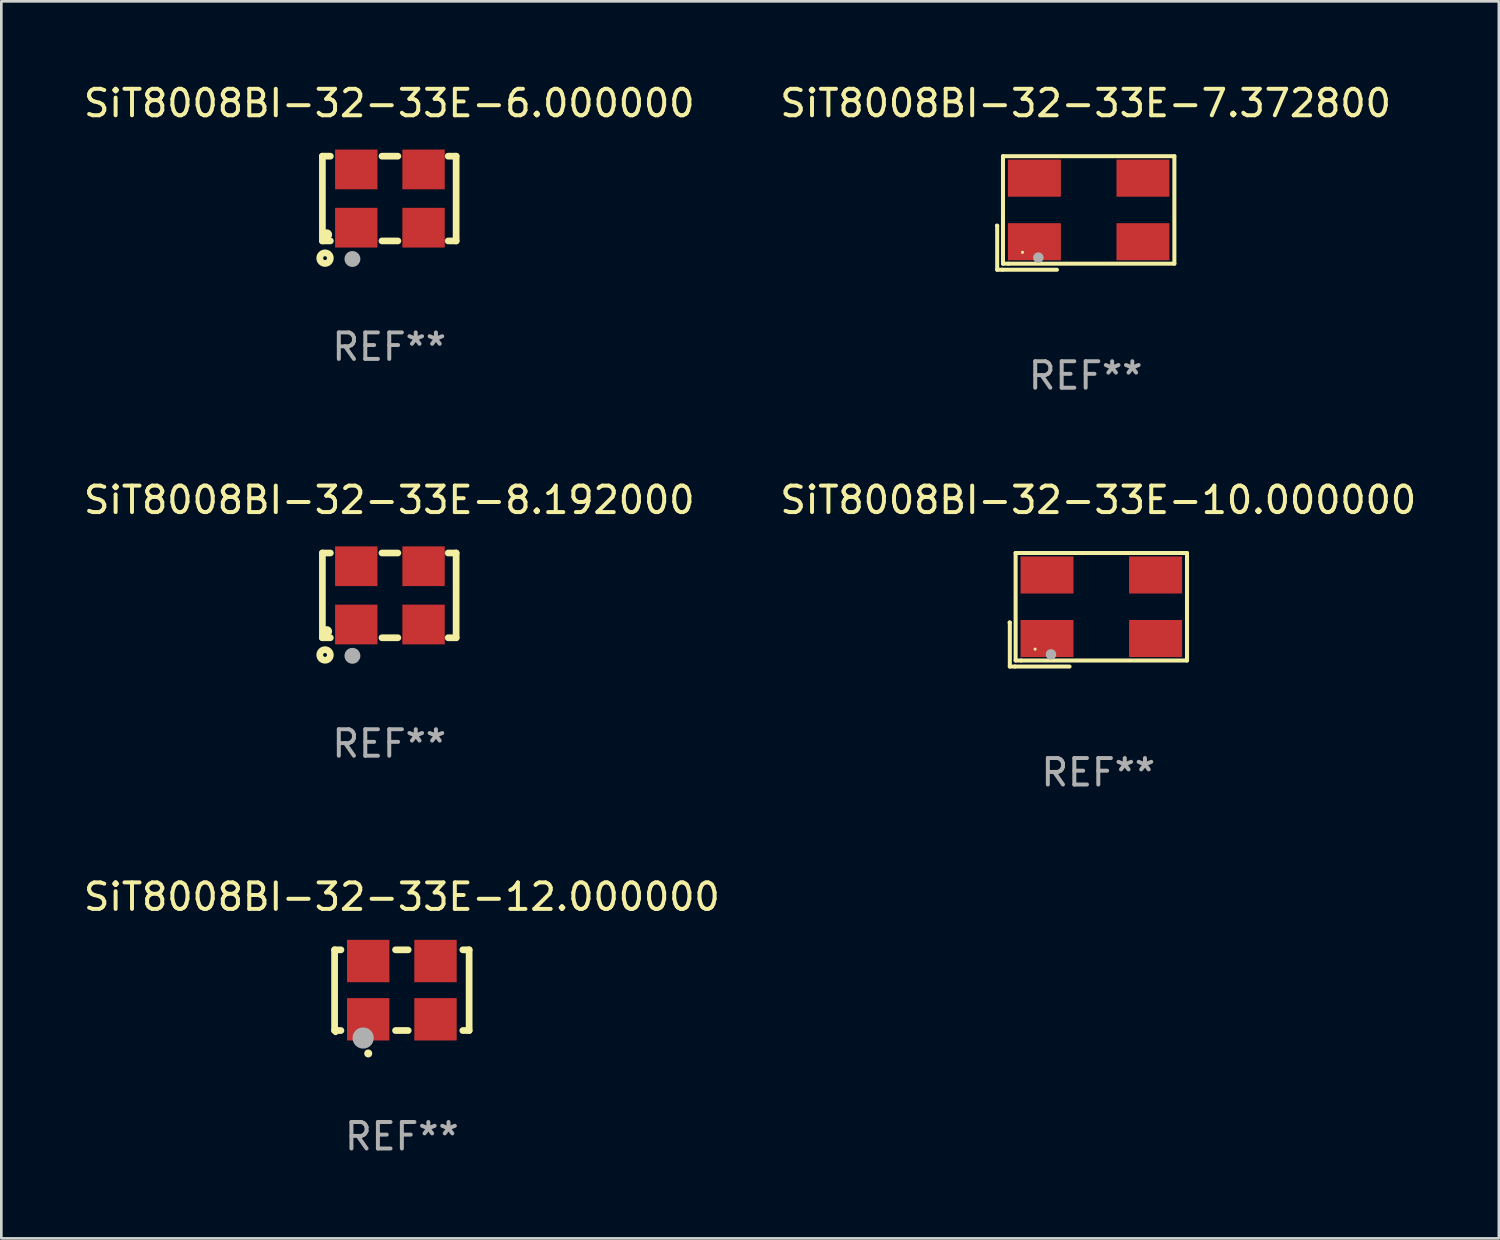
<source format=kicad_pcb>
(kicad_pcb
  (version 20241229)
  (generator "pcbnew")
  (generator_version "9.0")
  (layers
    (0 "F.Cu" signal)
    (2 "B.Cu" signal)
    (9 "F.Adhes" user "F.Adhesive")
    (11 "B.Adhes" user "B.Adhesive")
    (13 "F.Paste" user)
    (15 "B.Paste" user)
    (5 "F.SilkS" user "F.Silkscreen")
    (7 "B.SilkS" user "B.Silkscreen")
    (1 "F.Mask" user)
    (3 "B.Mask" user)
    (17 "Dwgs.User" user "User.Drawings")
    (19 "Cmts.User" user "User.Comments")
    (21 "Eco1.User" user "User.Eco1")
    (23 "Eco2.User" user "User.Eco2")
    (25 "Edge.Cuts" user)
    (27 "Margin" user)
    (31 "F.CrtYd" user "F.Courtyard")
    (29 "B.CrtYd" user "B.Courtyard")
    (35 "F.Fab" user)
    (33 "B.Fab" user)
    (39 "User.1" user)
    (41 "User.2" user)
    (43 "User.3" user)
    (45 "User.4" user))
  (footprint "SiT8008BI-32-33E-6.000000"
    (layer "F.Cu")
    (at 11.649 4.448)
    (property "Reference" "SiT8008BI-32-33E-6.000000" (at 0 -3.6 0) (layer "F.SilkS") (effects (font (size 1 1) (thickness 0.15))))
    (attr through_hole)
    (fp_line (start -2.525 -1.6) (end -2.225 -1.6) (stroke (width 0.254) (type solid)) (layer "F.SilkS"))
    (fp_line (start -2.525 1.6) (end -2.525 -1.6) (stroke (width 0.254) (type solid)) (layer "F.SilkS"))
    (fp_line (start -2.225 1.6) (end -2.525 1.6) (stroke (width 0.254) (type solid)) (layer "F.SilkS"))
    (fp_line (start -0.275 -1.6) (end 0.325 -1.6) (stroke (width 0.254) (type solid)) (layer "F.SilkS"))
    (fp_line (start -0.275 1.6) (end 0.325 1.6) (stroke (width 0.254) (type solid)) (layer "F.SilkS"))
    (fp_line (start 2.225 -1.6) (end 2.525 -1.6) (stroke (width 0.254) (type solid)) (layer "F.SilkS"))
    (fp_line (start 2.525 -1.6) (end 2.525 1.6) (stroke (width 0.254) (type solid)) (layer "F.SilkS"))
    (fp_line (start 2.525 1.6) (end 2.225 1.6) (stroke (width 0.254) (type solid)) (layer "F.SilkS"))
    (fp_circle (center -2.425 2.25) (end -2.225 2.25) (stroke (width 0.254) (type solid)) (fill no) (layer "F.SilkS"))
    (fp_circle (center -2.357 1.362) (end -2.257 1.362) (stroke (width 0.2) (type solid)) (fill no) (layer "F.SilkS"))
    (fp_circle (center -1.391 2.282) (end -1.241 2.282) (stroke (width 0.3) (type solid)) (fill no) (layer "F.Fab"))
    (fp_text user "REF**" (at 0 5.6 0) (layer "F.Fab") (effects (font (size 1 1) (thickness 0.15))))
    (pad "1" smd rect (at -1.245 1.1) (size 1.6 1.5) (layers "F.Cu" "F.Mask" "F.Paste"))
    (pad "2" smd rect (at 1.295 1.1) (size 1.6 1.5) (layers "F.Cu" "F.Mask" "F.Paste"))
    (pad "3" smd rect (at 1.295 -1.1 180) (size 1.6 1.5) (layers "F.Cu" "F.Mask" "F.Paste"))
    (pad "4" smd rect (at -1.245 -1.1) (size 1.6 1.5) (layers "F.Cu" "F.Mask" "F.Paste")))
  (footprint "SiT8008BI-32-33E-8.192000"
    (layer "F.Cu")
    (at 11.649 19.432)
    (property "Reference" "SiT8008BI-32-33E-8.192000" (at 0 -3.6 0) (layer "F.SilkS") (effects (font (size 1 1) (thickness 0.15))))
    (attr through_hole)
    (fp_line (start -2.525 -1.6) (end -2.225 -1.6) (stroke (width 0.254) (type solid)) (layer "F.SilkS"))
    (fp_line (start -2.525 1.6) (end -2.525 -1.6) (stroke (width 0.254) (type solid)) (layer "F.SilkS"))
    (fp_line (start -2.225 1.6) (end -2.525 1.6) (stroke (width 0.254) (type solid)) (layer "F.SilkS"))
    (fp_line (start -0.275 -1.6) (end 0.325 -1.6) (stroke (width 0.254) (type solid)) (layer "F.SilkS"))
    (fp_line (start -0.275 1.6) (end 0.325 1.6) (stroke (width 0.254) (type solid)) (layer "F.SilkS"))
    (fp_line (start 2.225 -1.6) (end 2.525 -1.6) (stroke (width 0.254) (type solid)) (layer "F.SilkS"))
    (fp_line (start 2.525 -1.6) (end 2.525 1.6) (stroke (width 0.254) (type solid)) (layer "F.SilkS"))
    (fp_line (start 2.525 1.6) (end 2.225 1.6) (stroke (width 0.254) (type solid)) (layer "F.SilkS"))
    (fp_circle (center -2.425 2.25) (end -2.225 2.25) (stroke (width 0.254) (type solid)) (fill no) (layer "F.SilkS"))
    (fp_circle (center -2.357 1.362) (end -2.257 1.362) (stroke (width 0.2) (type solid)) (fill no) (layer "F.SilkS"))
    (fp_circle (center -1.391 2.282) (end -1.241 2.282) (stroke (width 0.3) (type solid)) (fill no) (layer "F.Fab"))
    (fp_text user "REF**" (at 0 5.6 0) (layer "F.Fab") (effects (font (size 1 1) (thickness 0.15))))
    (pad "1" smd rect (at -1.245 1.1) (size 1.6 1.5) (layers "F.Cu" "F.Mask" "F.Paste"))
    (pad "2" smd rect (at 1.295 1.1) (size 1.6 1.5) (layers "F.Cu" "F.Mask" "F.Paste"))
    (pad "3" smd rect (at 1.295 -1.1 180) (size 1.6 1.5) (layers "F.Cu" "F.Mask" "F.Paste"))
    (pad "4" smd rect (at -1.245 -1.1) (size 1.6 1.5) (layers "F.Cu" "F.Mask" "F.Paste")))
  (footprint "SiT8008BI-32-33E-12.000000"
    (layer "F.Cu")
    (at 12.125 34.34)
    (property "Reference" "SiT8008BI-32-33E-12.000000" (at 0 -3.524 0) (layer "F.SilkS") (effects (font (size 1 1) (thickness 0.15))))
    (attr through_hole)
    (fp_line (start -2.54 -1.524) (end -2.301 -1.524) (stroke (width 0.254) (type solid)) (layer "F.SilkS"))
    (fp_line (start -2.54 1.524) (end -2.54 -1.524) (stroke (width 0.254) (type solid)) (layer "F.SilkS"))
    (fp_line (start -2.301 1.524) (end -2.54 1.524) (stroke (width 0.254) (type solid)) (layer "F.SilkS"))
    (fp_line (start -0.239 -1.524) (end 0.239 -1.524) (stroke (width 0.254) (type solid)) (layer "F.SilkS"))
    (fp_line (start 0.239 1.524) (end -0.239 1.524) (stroke (width 0.254) (type solid)) (layer "F.SilkS"))
    (fp_line (start 2.301 -1.524) (end 2.54 -1.524) (stroke (width 0.254) (type solid)) (layer "F.SilkS"))
    (fp_line (start 2.54 -1.524) (end 2.54 1.524) (stroke (width 0.254) (type solid)) (layer "F.SilkS"))
    (fp_line (start 2.54 1.524) (end 2.301 1.524) (stroke (width 0.254) (type solid)) (layer "F.SilkS"))
    (fp_arc (start -1.271298 2.389992) (mid -1.270028 2.389987) (end -1.268758 2.389992) (stroke (width 0.3) (type solid)) (layer "F.SilkS"))
    (fp_circle (center -2.5 1.6) (end -2.45 1.6) (stroke (width 0.1) (type solid)) (fill no) (layer "F.SilkS"))
    (fp_circle (center -1.462 1.807) (end -1.262 1.807) (stroke (width 0.4) (type solid)) (fill no) (layer "F.Fab"))
    (fp_text user "REF**" (at 0 5.524 0) (layer "F.Fab") (effects (font (size 1 1) (thickness 0.15))))
    (pad "1" smd rect (at -1.27 1.1) (size 1.6 1.6) (layers "F.Cu" "F.Mask" "F.Paste"))
    (pad "2" smd rect (at 1.27 1.1) (size 1.6 1.6) (layers "F.Cu" "F.Mask" "F.Paste"))
    (pad "3" smd rect (at 1.27 -1.1) (size 1.6 1.6) (layers "F.Cu" "F.Mask" "F.Paste"))
    (pad "4" smd rect (at -1.27 -1.1) (size 1.6 1.6) (layers "F.Cu" "F.Mask" "F.Paste")))
  (footprint "SiT8008BI-32-33E-7.372800"
    (layer "F.Cu")
    (at 37.946 4.992)
    (property "Reference" "SiT8008BI-32-33E-7.372800" (at 0 -4.144 0) (layer "F.SilkS") (effects (font (size 1 1) (thickness 0.15))))
    (attr through_hole)
    (fp_line (start -3.35 0.476) (end -3.341 0.485) (stroke (width 0.152) (type solid)) (layer "F.SilkS"))
    (fp_line (start -3.341 0.485) (end -3.341 2.144) (stroke (width 0.152) (type solid)) (layer "F.SilkS"))
    (fp_line (start -3.341 2.144) (end -3.143 2.144) (stroke (width 0.152) (type solid)) (layer "F.SilkS"))
    (fp_line (start -3.143 2.144) (end -1.085 2.144) (stroke (width 0.152) (type solid)) (layer "F.SilkS"))
    (fp_line (start -3.122 -2.144) (end 3.35 -2.144) (stroke (width 0.152) (type solid)) (layer "F.SilkS"))
    (fp_line (start -3.122 1.915) (end -3.122 -2.144) (stroke (width 0.152) (type solid)) (layer "F.SilkS"))
    (fp_line (start -2.914 1.915) (end -3.122 1.915) (stroke (width 0.152) (type solid)) (layer "F.SilkS"))
    (fp_line (start 3.35 -2.144) (end 3.35 1.915) (stroke (width 0.152) (type solid)) (layer "F.SilkS"))
    (fp_line (start 3.35 1.915) (end -2.914 1.915) (stroke (width 0.152) (type solid)) (layer "F.SilkS"))
    (fp_circle (center -2.386 1.486) (end -2.356 1.486) (stroke (width 0.06) (type solid)) (fill no) (layer "F.SilkS"))
    (fp_circle (center -1.786 1.686) (end -1.686 1.686) (stroke (width 0.2) (type solid)) (fill no) (layer "F.Fab"))
    (fp_text user "REF**" (at 0 6.144 0) (layer "F.Fab") (effects (font (size 1 1) (thickness 0.15))))
    (pad "1" smd rect (at -1.936 1.086) (size 2 1.4) (layers "F.Cu" "F.Mask" "F.Paste"))
    (pad "2" smd rect (at 2.164 1.086) (size 2 1.4) (layers "F.Cu" "F.Mask" "F.Paste"))
    (pad "3" smd rect (at 2.164 -1.314) (size 2 1.4) (layers "F.Cu" "F.Mask" "F.Paste"))
    (pad "4" smd rect (at -1.936 -1.314) (size 2 1.4) (layers "F.Cu" "F.Mask" "F.Paste")))
  (footprint "SiT8008BI-32-33E-10.000000"
    (layer "F.Cu")
    (at 38.423 19.976)
    (property "Reference" "SiT8008BI-32-33E-10.000000" (at 0 -4.144 0) (layer "F.SilkS") (effects (font (size 1 1) (thickness 0.15))))
    (attr through_hole)
    (fp_line (start -3.35 0.476) (end -3.341 0.485) (stroke (width 0.152) (type solid)) (layer "F.SilkS"))
    (fp_line (start -3.341 0.485) (end -3.341 2.144) (stroke (width 0.152) (type solid)) (layer "F.SilkS"))
    (fp_line (start -3.341 2.144) (end -3.143 2.144) (stroke (width 0.152) (type solid)) (layer "F.SilkS"))
    (fp_line (start -3.143 2.144) (end -1.085 2.144) (stroke (width 0.152) (type solid)) (layer "F.SilkS"))
    (fp_line (start -3.122 -2.144) (end 3.35 -2.144) (stroke (width 0.152) (type solid)) (layer "F.SilkS"))
    (fp_line (start -3.122 1.915) (end -3.122 -2.144) (stroke (width 0.152) (type solid)) (layer "F.SilkS"))
    (fp_line (start -2.914 1.915) (end -3.122 1.915) (stroke (width 0.152) (type solid)) (layer "F.SilkS"))
    (fp_line (start 3.35 -2.144) (end 3.35 1.915) (stroke (width 0.152) (type solid)) (layer "F.SilkS"))
    (fp_line (start 3.35 1.915) (end -2.914 1.915) (stroke (width 0.152) (type solid)) (layer "F.SilkS"))
    (fp_circle (center -2.386 1.486) (end -2.356 1.486) (stroke (width 0.06) (type solid)) (fill no) (layer "F.SilkS"))
    (fp_circle (center -1.786 1.686) (end -1.686 1.686) (stroke (width 0.2) (type solid)) (fill no) (layer "F.Fab"))
    (fp_text user "REF**" (at 0 6.144 0) (layer "F.Fab") (effects (font (size 1 1) (thickness 0.15))))
    (pad "1" smd rect (at -1.936 1.086) (size 2 1.4) (layers "F.Cu" "F.Mask" "F.Paste"))
    (pad "2" smd rect (at 2.164 1.086) (size 2 1.4) (layers "F.Cu" "F.Mask" "F.Paste"))
    (pad "3" smd rect (at 2.164 -1.314) (size 2 1.4) (layers "F.Cu" "F.Mask" "F.Paste"))
    (pad "4" smd rect (at -1.936 -1.314) (size 2 1.4) (layers "F.Cu" "F.Mask" "F.Paste")))
  (gr_rect
    (start -3 -3)
    (end 53.548 43.713)
    (stroke (width 0.1) (type default))
    (fill no)
    (layer "Edge.Cuts")))
</source>
